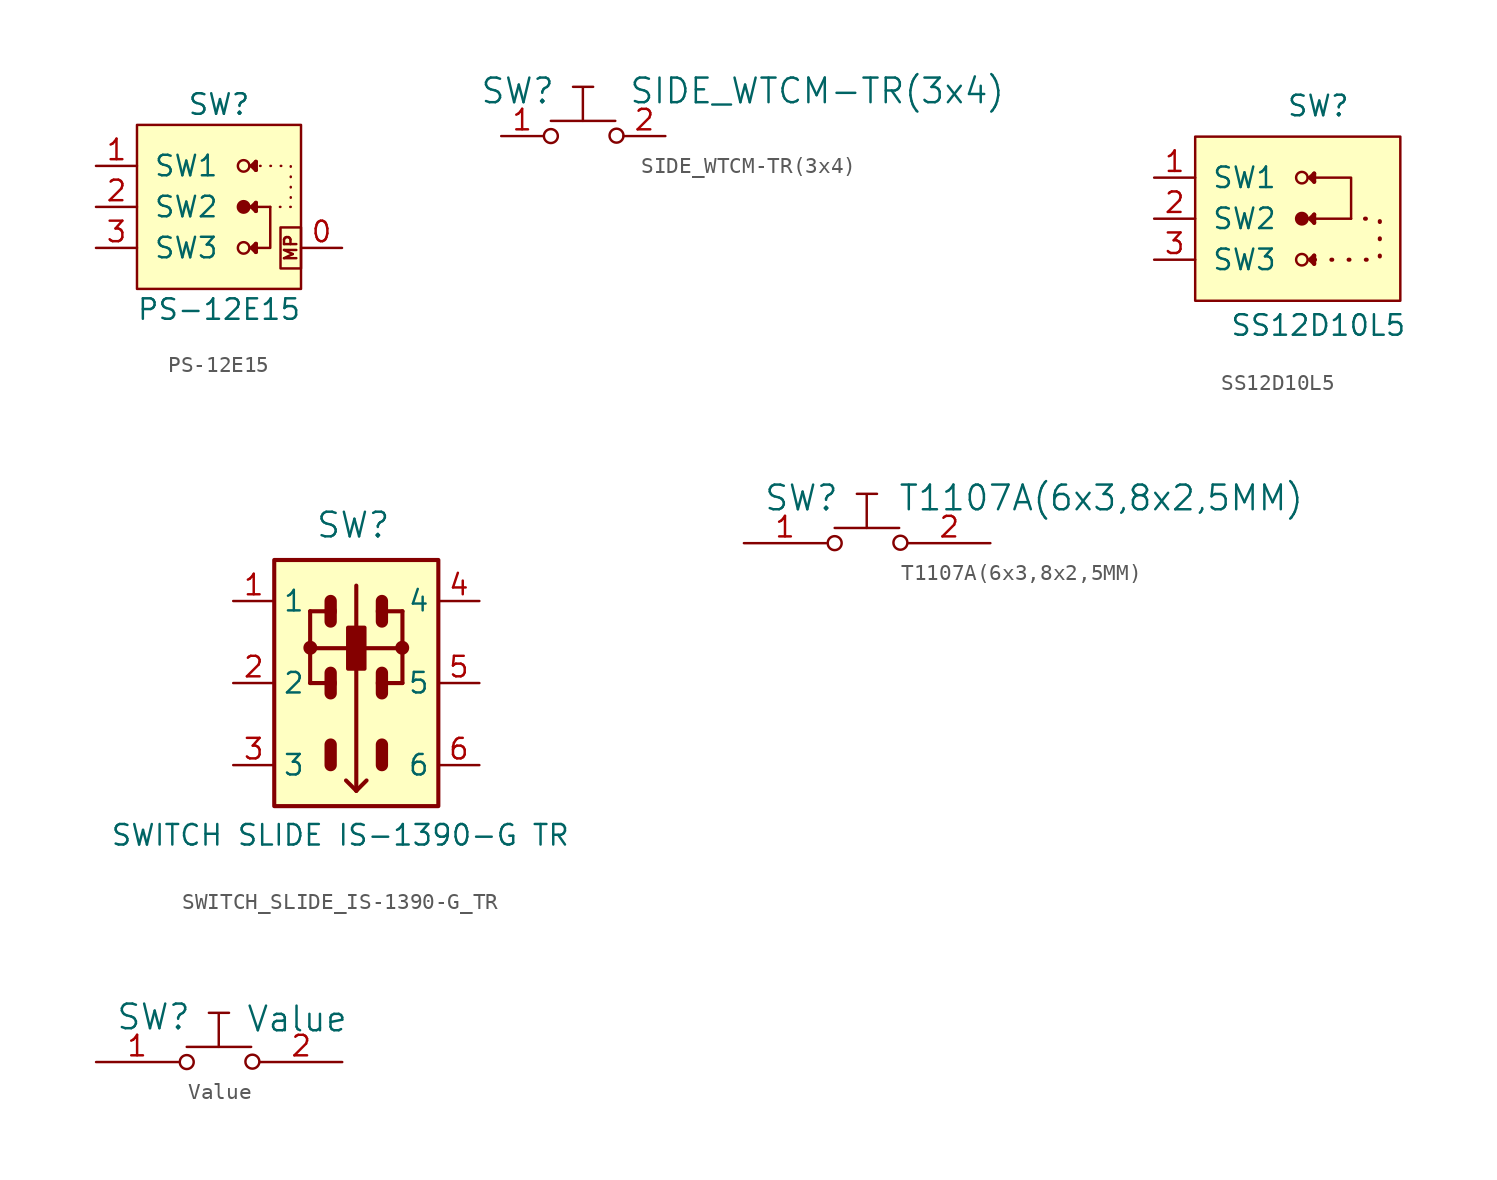
<source format=kicad_sym>
(kicad_symbol_lib
  (version 20220914)
  (generator kicad_symbol_editor)
  (symbol "PS-12E15"
    (pin_names
      (offset 1.016))
    (property "Reference" "SW"
      (at 0 6.35 0)
      (effects (font (size 1.27 1.27))))
    (property "Value" "PS-12E15"
      (at 0 -6.35 0)
      (effects (font (size 1.27 1.27))))
    (symbol "PS-12E15_0_0"
      (circle (center 1.524 -2.54) (radius 0.356) (stroke (width 0) (type solid)) (fill (type none))))
    (symbol "PS-12E15_0_1"
      (rectangle (start -5.08 5.08) (end 5.08 -5.08) (stroke (width 0) (type solid)) (fill (type background))))
    (symbol "PS-12E15_1_1"
      (polyline (pts (xy 2.032 -2.54) (xy 2.286 -2.794)) (stroke (width 0.254) (type default)) (fill (type none)))
      (polyline (pts (xy 2.032 -2.54) (xy 2.286 -2.286)) (stroke (width 0.254) (type default)) (fill (type none)))
      (polyline (pts (xy 2.032 0) (xy 2.286 -0.254)) (stroke (width 0.254) (type default)) (fill (type none)))
      (polyline (pts (xy 2.032 0) (xy 2.286 0.254)) (stroke (width 0.254) (type default)) (fill (type none)))
      (polyline (pts (xy 2.032 2.54) (xy 2.286 2.286)) (stroke (width 0.254) (type default)) (fill (type none)))
      (polyline (pts (xy 2.032 2.54) (xy 2.286 2.794)) (stroke (width 0.254) (type default)) (fill (type none)))
      (polyline (pts (xy 2.286 -2.794) (xy 2.286 -2.286)) (stroke (width 0.254) (type default)) (fill (type none)))
      (polyline (pts (xy 2.286 -0.254) (xy 2.286 0.254)) (stroke (width 0.254) (type default)) (fill (type none)))
      (polyline (pts (xy 2.286 2.286) (xy 2.286 2.794)) (stroke (width 0.254) (type default)) (fill (type none)))
      (polyline (pts (xy 3.175 0) (xy 1.905 0)) (stroke (width 0) (type default)) (fill (type none)))
      (polyline (pts (xy 1.905 2.54) (xy 4.445 2.54) (xy 4.445 0)) (stroke (width 0) (type dot)) (fill (type none)))
      (polyline (pts (xy 4.445 0) (xy 3.175 0) (xy 3.175 0)) (stroke (width 0) (type dot)) (fill (type none)))
      (polyline (pts (xy 2.286 -2.54) (xy 3.175 -2.54) (xy 3.175 0) (xy 3.175 0)) (stroke (width 0) (type solid)) (fill (type none)))
      (circle (center 1.524 0) (radius 0.356) (stroke (width 0) (type solid)) (fill (type outline)))
      (circle (center 1.524 2.54) (radius 0.356) (stroke (width 0) (type solid)) (fill (type none)))
      (rectangle (start 3.81 -1.27) (end 5.08 -3.81) (stroke (width 0) (type default)) (fill (type none)))
      (text "MP" (at 4.445 -2.54 900) (effects (font (size 0.762 0.762))))
      (pin passive line (at 7.62 -2.54 180) (length 2.54) (name "~" (effects (font (size 1.27 1.27)))) (number "0" (effects (font (size 1.27 1.27)))))
      (pin passive line (at -7.62 2.54 0) (length 2.54) (name "SW1" (effects (font (size 1.27 1.27)))) (number "1" (effects (font (size 1.27 1.27)))))
      (pin passive line (at -7.62 0 0) (length 2.54) (name "SW2" (effects (font (size 1.27 1.27)))) (number "2" (effects (font (size 1.27 1.27)))))
      (pin passive line (at -7.62 -2.54 0) (length 2.54) (name "SW3" (effects (font (size 1.27 1.27)))) (number "3" (effects (font (size 1.27 1.27)))))))
  (symbol "SIDE_WTCM-TR(3x4)"
    (pin_names
      (offset 1.016))
    (property "Reference" "SW"
      (at -4.064 2.794 0)
      (effects (font (size 1.524 1.524))))
    (property "Value" "SIDE_WTCM-TR(3x4)"
      (at 14.478 2.794 0)
      (effects (font (size 1.524 1.524))))
    (property "Footprint" ""
      (at -0.025 0.965 0)
      (effects (font (size 1.524 1.524))))
    (property "Datasheet" ""
      (at -0.025 0.965 0)
      (effects (font (size 1.524 1.524))))
    (symbol "SIDE_WTCM-TR(3x4)_0_1"
      (circle (center -2.007 0) (radius 0.432) (stroke (width 0) (type solid)) (fill (type none)))
      (polyline (pts (xy -0.635 3.048) (xy 0.61 3.048)) (stroke (width 0) (type solid)) (fill (type none)))
      (polyline (pts (xy -0.025 0.94) (xy -2.007 0.94)) (stroke (width 0) (type solid)) (fill (type none)))
      (polyline (pts (xy -0.025 0.94) (xy 1.981 0.94)) (stroke (width 0) (type solid)) (fill (type none)))
      (polyline (pts (xy -0.025 1.016) (xy -0.025 2.972)) (stroke (width 0) (type solid)) (fill (type none)))
      (circle (center 2.057 0.025) (radius 0.432) (stroke (width 0) (type solid)) (fill (type none))))
    (symbol "SIDE_WTCM-TR(3x4)_1_1"
      (pin passive line (at -5.08 0 0) (length 2.591) (name "~" (effects (font (size 1.27 1.27)))) (number "1" (effects (font (size 1.27 1.27)))))
      (pin passive line (at 5.08 0 180) (length 2.591) (name "~" (effects (font (size 1.27 1.27)))) (number "2" (effects (font (size 1.27 1.27)))))))
  (symbol "SS12D10L5"
    (pin_names
      (offset 1.016))
    (property "Reference" "SW"
      (at 2.54 6.985 0)
      (effects (font (size 1.27 1.27))))
    (property "Value" "SS12D10L5"
      (at 2.54 -6.604 0)
      (effects (font (size 1.27 1.27))))
    (symbol "SS12D10L5_0_0"
      (circle (center 1.524 -2.54) (radius 0.356) (stroke (width 0) (type solid)) (fill (type none))))
    (symbol "SS12D10L5_0_1"
      (rectangle (start -5.08 5.08) (end 7.62 -5.08) (stroke (width 0) (type solid)) (fill (type background))))
    (symbol "SS12D10L5_1_1"
      (polyline (pts (xy 2.032 -2.54) (xy 2.286 -2.794)) (stroke (width 0.254) (type default)) (fill (type none)))
      (polyline (pts (xy 2.032 -2.54) (xy 2.286 -2.286)) (stroke (width 0.254) (type default)) (fill (type none)))
      (polyline (pts (xy 2.032 0) (xy 2.286 -0.254)) (stroke (width 0.254) (type default)) (fill (type none)))
      (polyline (pts (xy 2.032 0) (xy 2.286 0.254)) (stroke (width 0.254) (type default)) (fill (type none)))
      (polyline (pts (xy 2.032 2.54) (xy 2.286 2.286)) (stroke (width 0.254) (type default)) (fill (type none)))
      (polyline (pts (xy 2.032 2.54) (xy 2.286 2.794)) (stroke (width 0.254) (type default)) (fill (type none)))
      (polyline (pts (xy 2.286 -2.794) (xy 2.286 -2.286)) (stroke (width 0.254) (type default)) (fill (type none)))
      (polyline (pts (xy 2.286 -0.254) (xy 2.286 0.254)) (stroke (width 0.254) (type default)) (fill (type none)))
      (polyline (pts (xy 2.286 2.286) (xy 2.286 2.794)) (stroke (width 0.254) (type default)) (fill (type none)))
      (polyline (pts (xy 1.905 0) (xy 4.445 0) (xy 4.572 0)) (stroke (width 0) (type solid)) (fill (type none)))
      (polyline (pts (xy 1.905 2.54) (xy 4.572 2.54) (xy 4.572 0)) (stroke (width 0) (type solid)) (fill (type none)))
      (polyline (pts (xy 2.286 -2.54) (xy 6.35 -2.54) (xy 6.35 0) (xy 4.572 0)) (stroke (width 0.254) (type dot)) (fill (type none)))
      (circle (center 1.524 0) (radius 0.356) (stroke (width 0) (type solid)) (fill (type outline)))
      (circle (center 1.524 2.54) (radius 0.356) (stroke (width 0) (type solid)) (fill (type none)))
      (pin passive line (at -7.62 2.54 0) (length 2.54) (name "SW1" (effects (font (size 1.27 1.27)))) (number "1" (effects (font (size 1.27 1.27)))))
      (pin passive line (at -7.62 0 0) (length 2.54) (name "SW2" (effects (font (size 1.27 1.27)))) (number "2" (effects (font (size 1.27 1.27)))))
      (pin passive line (at -7.62 -2.54 0) (length 2.54) (name "SW3" (effects (font (size 1.27 1.27)))) (number "3" (effects (font (size 1.27 1.27)))))))
  (symbol "SWITCH_SLIDE_IS-1390-G_TR"
    (property "Reference" "SW"
      (at -2.54 8.89 0)
      (effects (font (size 1.524 1.524)) (justify left bottom)))
    (property "Value" "SWITCH SLIDE IS-1390-G TR"
      (at -15.24 -10.16 0)
      (effects (font (size 1.27 1.27)) (justify left bottom)))
    (symbol "SWITCH_SLIDE_IS-1390-G_TR_1_0"
      (rectangle (start -5.08 7.62) (end 5.08 -7.62) (stroke (width 0.254) (type default)) (fill (type background)))
      (polyline (pts (xy -2.857 0) (xy -2.857 4.445)) (stroke (width 0.254) (type solid)) (fill (type none)))
      (polyline (pts (xy -2.857 4.445) (xy -1.587 4.445)) (stroke (width 0.254) (type solid)) (fill (type none)))
      (polyline (pts (xy -2.794 2.159) (xy -0.508 2.159)) (stroke (width 0.254) (type solid)) (fill (type none)))
      (polyline (pts (xy -1.587 -5.08) (xy -1.587 -3.81)) (stroke (width 0.762) (type solid)) (fill (type none)))
      (polyline (pts (xy -1.587 -0.635) (xy -1.587 0)) (stroke (width 0.762) (type solid)) (fill (type none)))
      (polyline (pts (xy -1.587 0) (xy -2.857 0)) (stroke (width 0.254) (type solid)) (fill (type none)))
      (polyline (pts (xy -1.587 0) (xy -1.587 0.635)) (stroke (width 0.762) (type solid)) (fill (type none)))
      (polyline (pts (xy -1.587 3.81) (xy -1.587 4.445)) (stroke (width 0.762) (type solid)) (fill (type none)))
      (polyline (pts (xy -1.587 4.445) (xy -1.587 5.08)) (stroke (width 0.762) (type solid)) (fill (type none)))
      (polyline (pts (xy 0 -6.668) (xy -0.635 -6.032)) (stroke (width 0.254) (type solid)) (fill (type none)))
      (polyline (pts (xy 0 -6.668) (xy 0 6.032)) (stroke (width 0.254) (type solid)) (fill (type none)))
      (polyline (pts (xy 0 -6.668) (xy 0.635 -6.032)) (stroke (width 0.254) (type solid)) (fill (type none)))
      (polyline (pts (xy 0.508 2.159) (xy 2.794 2.159)) (stroke (width 0.254) (type solid)) (fill (type none)))
      (polyline (pts (xy 1.587 -3.81) (xy 1.587 -5.08)) (stroke (width 0.762) (type solid)) (fill (type none)))
      (polyline (pts (xy 1.587 -0.635) (xy 1.587 0)) (stroke (width 0.762) (type solid)) (fill (type none)))
      (polyline (pts (xy 1.587 0) (xy 1.587 0.635)) (stroke (width 0.762) (type solid)) (fill (type none)))
      (polyline (pts (xy 1.587 0) (xy 2.857 0)) (stroke (width 0.254) (type solid)) (fill (type none)))
      (polyline (pts (xy 1.587 3.81) (xy 1.587 4.445)) (stroke (width 0.762) (type solid)) (fill (type none)))
      (polyline (pts (xy 1.587 4.445) (xy 1.587 5.08)) (stroke (width 0.762) (type solid)) (fill (type none)))
      (polyline (pts (xy 2.857 0) (xy 2.857 4.445)) (stroke (width 0.254) (type solid)) (fill (type none)))
      (polyline (pts (xy 2.857 4.445) (xy 1.587 4.445)) (stroke (width 0.254) (type solid)) (fill (type none)))
      (pin passive line (at -7.62 5.08 0) (length 2.54) (name "1" (effects (font (size 1.27 1.27)))) (number "1" (effects (font (size 1.27 1.27)))))
      (pin passive line (at -7.62 0 0) (length 2.54) (name "2" (effects (font (size 1.27 1.27)))) (number "2" (effects (font (size 1.27 1.27)))))
      (pin passive line (at -7.62 -5.08 0) (length 2.54) (name "3" (effects (font (size 1.27 1.27)))) (number "3" (effects (font (size 1.27 1.27)))))
      (pin passive line (at 7.62 5.08 180) (length 2.54) (name "4" (effects (font (size 1.27 1.27)))) (number "4" (effects (font (size 1.27 1.27)))))
      (pin passive line (at 7.62 0 180) (length 2.54) (name "5" (effects (font (size 1.27 1.27)))) (number "5" (effects (font (size 1.27 1.27)))))
      (pin passive line (at 7.62 -5.08 180) (length 2.54) (name "6" (effects (font (size 1.27 1.27)))) (number "6" (effects (font (size 1.27 1.27))))))
    (symbol "SWITCH_SLIDE_IS-1390-G_TR_1_1"
      (circle (center -2.845 2.184) (radius 0.356) (stroke (width 0) (type default)) (fill (type outline)))
      (rectangle (start -0.508 3.429) (end 0.508 0.889) (stroke (width 0.254) (type default)) (fill (type outline)))
      (circle (center 2.845 2.184) (radius 0.356) (stroke (width 0) (type default)) (fill (type outline)))))
  (symbol "T1107A(6x3,8x2,5MM)"
    (pin_names
      (offset 1.016))
    (property "Reference" "SW"
      (at -4.064 2.794 0)
      (effects (font (size 1.524 1.524))))
    (property "Value" "T1107A(6x3,8x2,5MM)"
      (at 14.478 2.794 0)
      (effects (font (size 1.524 1.524))))
    (property "Footprint" ""
      (at -0.025 0.965 0)
      (effects (font (size 1.524 1.524))))
    (property "Datasheet" ""
      (at -0.025 0.965 0)
      (effects (font (size 1.524 1.524))))
    (symbol "T1107A(6x3,8x2,5MM)_0_1"
      (circle (center -2.007 0) (radius 0.432) (stroke (width 0) (type solid)) (fill (type none)))
      (polyline (pts (xy -0.635 3.048) (xy 0.61 3.048)) (stroke (width 0) (type solid)) (fill (type none)))
      (polyline (pts (xy -0.025 0.94) (xy -2.007 0.94)) (stroke (width 0) (type solid)) (fill (type none)))
      (polyline (pts (xy -0.025 0.94) (xy 1.981 0.94)) (stroke (width 0) (type solid)) (fill (type none)))
      (polyline (pts (xy -0.025 1.016) (xy -0.025 2.972)) (stroke (width 0) (type solid)) (fill (type none)))
      (circle (center 2.057 0.025) (radius 0.432) (stroke (width 0) (type solid)) (fill (type none))))
    (symbol "T1107A(6x3,8x2,5MM)_1_1"
      (pin passive line (at -7.62 0 0) (length 5.08) (name "~" (effects (font (size 1.27 1.27)))) (number "1" (effects (font (size 1.27 1.27)))))
      (pin passive line (at 7.62 0 180) (length 5.08) (name "~" (effects (font (size 1.27 1.27)))) (number "2" (effects (font (size 1.27 1.27)))))))
  (symbol "Value"
    (pin_names
      (offset 1.016))
    (property "Reference" "SW"
      (at -4.064 2.794 0)
      (effects (font (size 1.524 1.524))))
    (property "Value" "Value"
      (at 4.826 2.667 0)
      (effects (font (size 1.524 1.524))))
    (property "Footprint" ""
      (at -0.025 0.965 0)
      (effects (font (size 1.524 1.524))))
    (property "Datasheet" ""
      (at -0.025 0.965 0)
      (effects (font (size 1.524 1.524))))
    (symbol "Value_0_1"
      (circle (center -2.007 0) (radius 0.432) (stroke (width 0) (type solid)) (fill (type none)))
      (polyline (pts (xy -0.635 3.048) (xy 0.61 3.048)) (stroke (width 0) (type solid)) (fill (type none)))
      (polyline (pts (xy -0.025 0.94) (xy -2.007 0.94)) (stroke (width 0) (type solid)) (fill (type none)))
      (polyline (pts (xy -0.025 0.94) (xy 1.981 0.94)) (stroke (width 0) (type solid)) (fill (type none)))
      (polyline (pts (xy -0.025 1.016) (xy -0.025 2.972)) (stroke (width 0) (type solid)) (fill (type none)))
      (circle (center 2.057 0.025) (radius 0.432) (stroke (width 0) (type solid)) (fill (type none))))
    (symbol "Value_1_1"
      (pin passive line (at -7.62 0 0) (length 5.08) (name "~" (effects (font (size 1.27 1.27)))) (number "1" (effects (font (size 1.27 1.27)))))
      (pin passive line (at 7.62 0 180) (length 5.08) (name "~" (effects (font (size 1.27 1.27)))) (number "2" (effects (font (size 1.27 1.27))))))))
</source>
